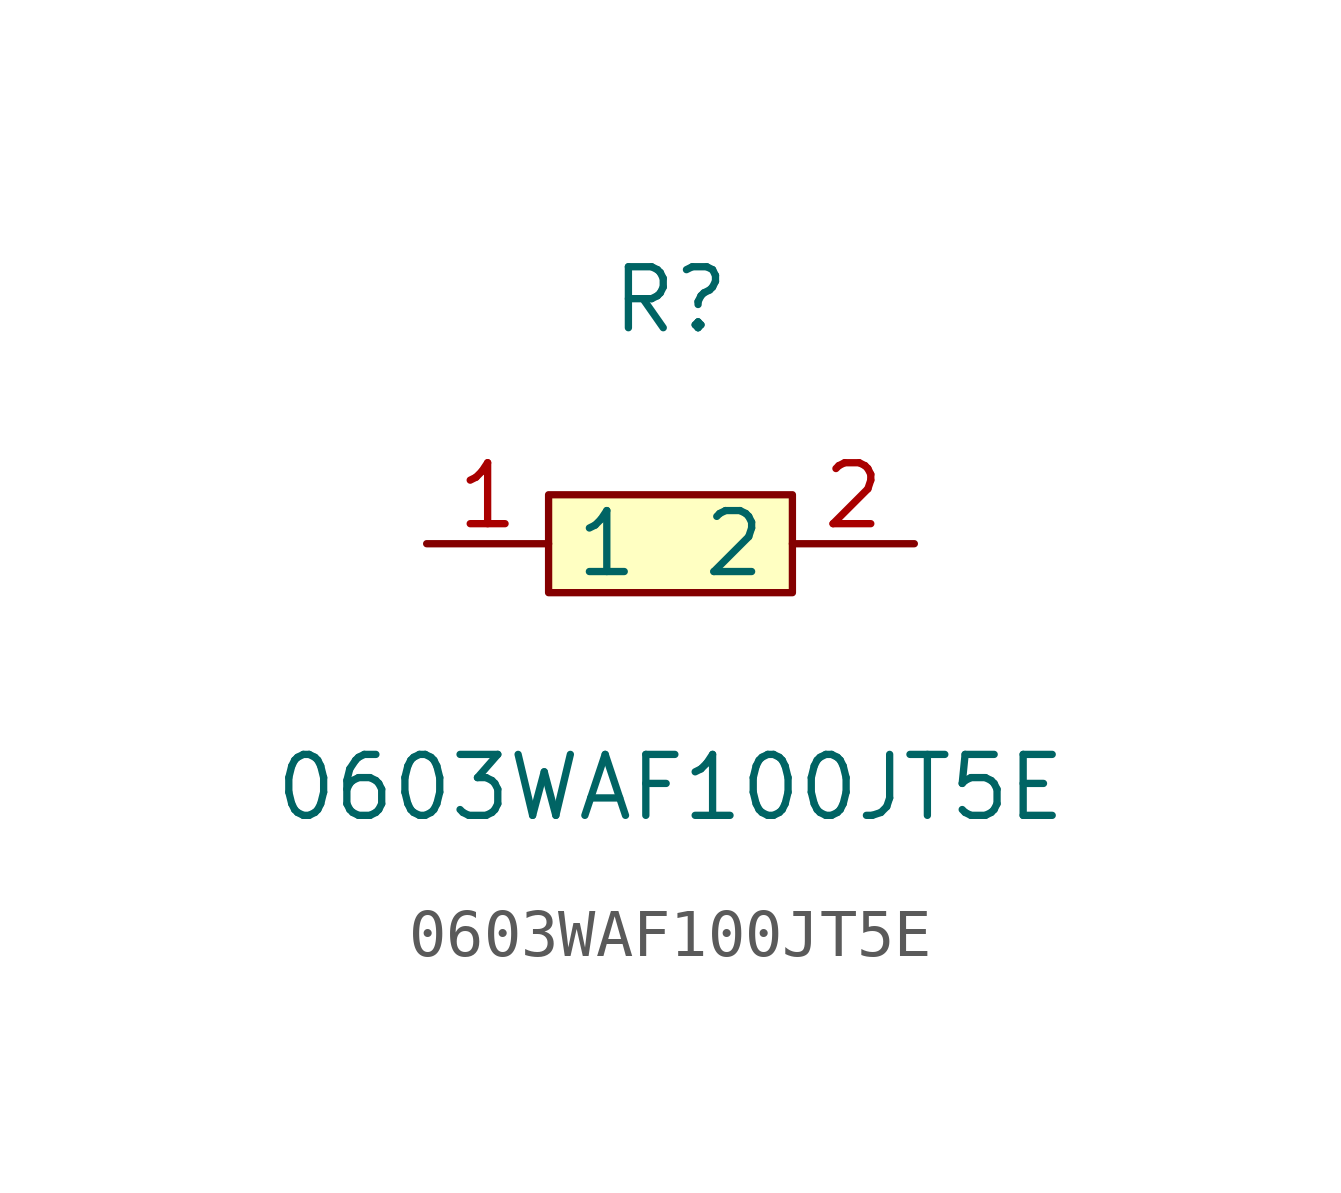
<source format=kicad_sym>
(kicad_symbol_lib
  (version 1)
  (generator "faebryk")
  (symbol "0603WAF100JT5E"
    (property "Reference" "R"
      (at 0 5.08 0)
      (effects (font (size 1.27 1.27)) (hide no)))
    (property "Value" "0603WAF100JT5E"
      (at 0 -5.08 0)
      (effects (font (size 1.27 1.27)) (hide no)))
    (symbol "0603WAF100JT5E_0_1"
      (rectangle (start -2.54 1.02) (end 2.54 -1.02) (stroke (width 0) (type default) (color 0 0 0 0)) (fill (type background)))
      (pin input line (at 5.08 0 180) (length 2.54) (name "2" (effects (font (size 1.27 1.27)) (hide no))) (number "2" (effects (font (size 1.27 1.27)) (hide no))))
      (pin input line (at -5.08 0 0) (length 2.54) (name "1" (effects (font (size 1.27 1.27)) (hide no))) (number "1" (effects (font (size 1.27 1.27)) (hide no)))))))
</source>
